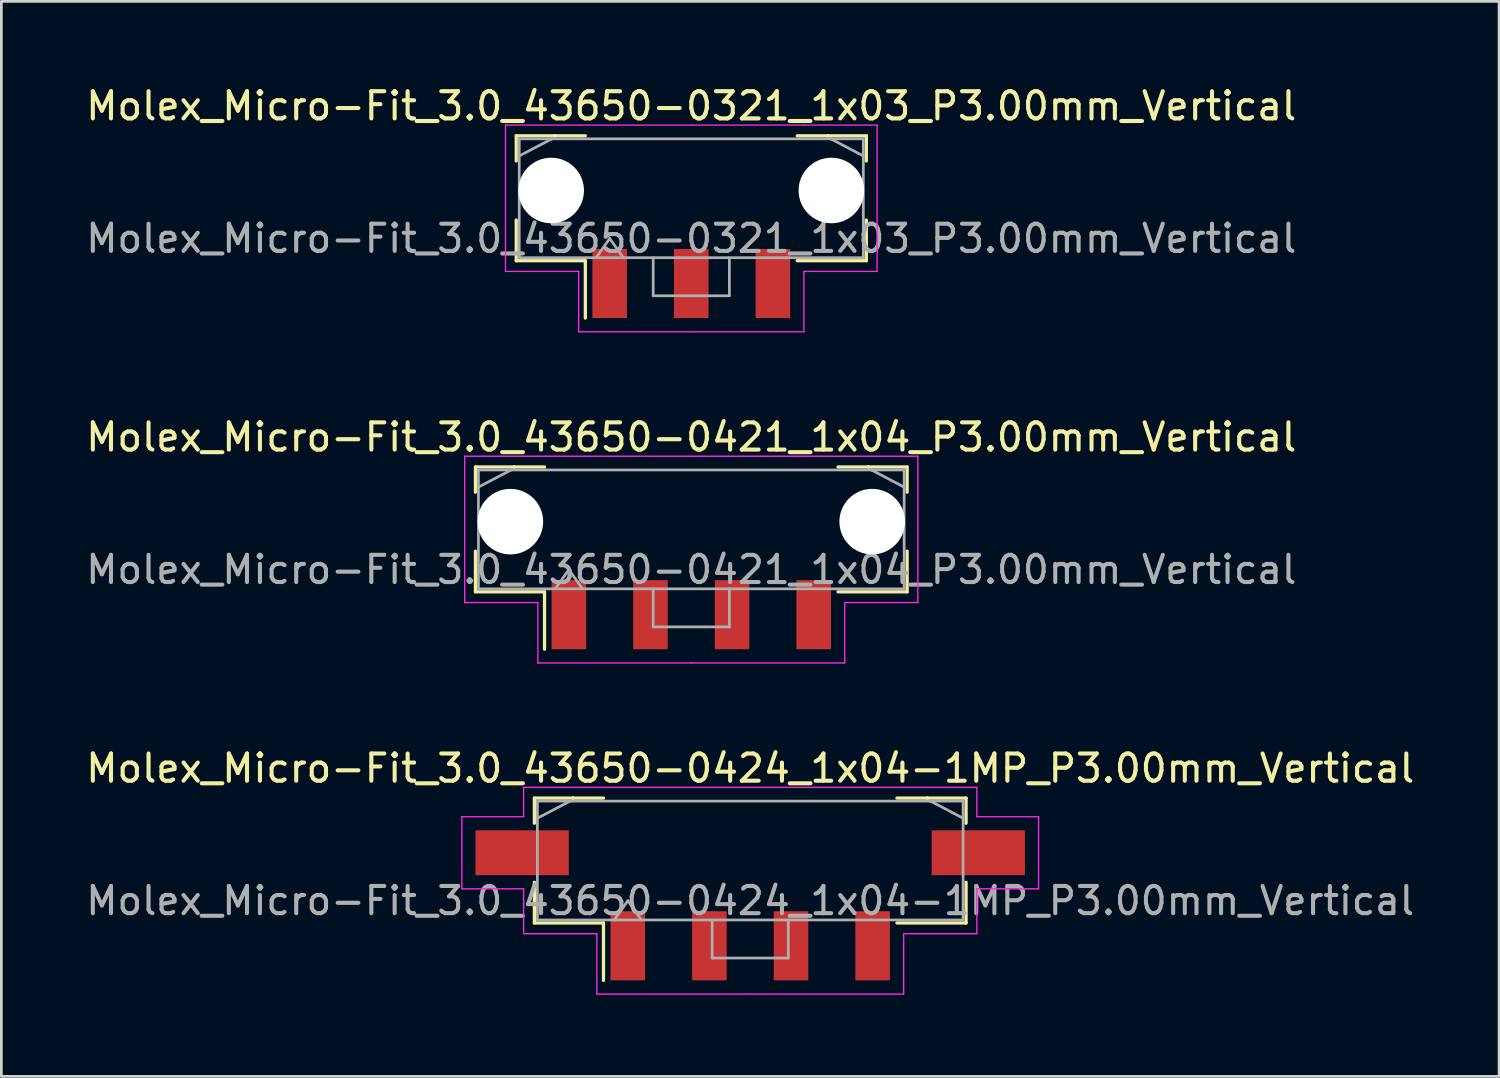
<source format=kicad_pcb>
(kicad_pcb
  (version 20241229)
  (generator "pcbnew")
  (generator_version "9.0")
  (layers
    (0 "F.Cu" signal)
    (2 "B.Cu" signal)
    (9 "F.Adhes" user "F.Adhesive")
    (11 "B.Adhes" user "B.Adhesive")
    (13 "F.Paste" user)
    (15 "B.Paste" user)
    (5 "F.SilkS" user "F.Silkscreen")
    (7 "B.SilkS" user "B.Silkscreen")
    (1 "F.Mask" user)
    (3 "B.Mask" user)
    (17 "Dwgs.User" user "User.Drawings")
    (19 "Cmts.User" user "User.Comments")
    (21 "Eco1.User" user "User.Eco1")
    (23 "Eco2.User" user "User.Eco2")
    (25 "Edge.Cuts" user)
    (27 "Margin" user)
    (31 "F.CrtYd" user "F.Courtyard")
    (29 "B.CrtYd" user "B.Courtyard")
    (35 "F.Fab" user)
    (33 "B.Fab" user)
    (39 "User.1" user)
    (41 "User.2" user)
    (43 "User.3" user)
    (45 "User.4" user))
  (footprint "Molex_Micro-Fit_3.0_43650-0424_1x04-1MP_P3.00mm_Vertical"
    (layer "F.Cu")
    (at 24.53 28.585)
    (property "Reference" "Molex_Micro-Fit_3.0_43650-0424_1x04-1MP_P3.00mm_Vertical" (at 0 -3.39 0) (layer "F.SilkS") (effects (font (size 1 1) (thickness 0.15))))
    (attr smd)
    (fp_line (start -7.935 -2.295) (end -6.515 -2.295) (stroke (width 0.12) (type solid)) (layer "F.SilkS"))
    (fp_line (start -7.935 -1.37) (end -7.935 -2.295) (stroke (width 0.12) (type solid)) (layer "F.SilkS"))
    (fp_line (start -7.935 0.8) (end -7.935 2.295) (stroke (width 0.12) (type solid)) (layer "F.SilkS"))
    (fp_line (start -7.935 2.295) (end -5.395 2.295) (stroke (width 0.12) (type solid)) (layer "F.SilkS"))
    (fp_line (start -6.515 -2.295) (end -6.515 -2.295) (stroke (width 0.12) (type solid)) (layer "F.SilkS"))
    (fp_line (start -6.515 -2.295) (end -5.395 -2.295) (stroke (width 0.12) (type solid)) (layer "F.SilkS"))
    (fp_line (start -5.395 2.295) (end -5.395 4.405) (stroke (width 0.12) (type solid)) (layer "F.SilkS"))
    (fp_line (start 6.515 -2.295) (end 5.395 -2.295) (stroke (width 0.12) (type solid)) (layer "F.SilkS"))
    (fp_line (start 6.515 -2.295) (end 6.515 -2.295) (stroke (width 0.12) (type solid)) (layer "F.SilkS"))
    (fp_line (start 7.935 -2.295) (end 6.515 -2.295) (stroke (width 0.12) (type solid)) (layer "F.SilkS"))
    (fp_line (start 7.935 -1.37) (end 7.935 -2.295) (stroke (width 0.12) (type solid)) (layer "F.SilkS"))
    (fp_line (start 7.935 0.8) (end 7.935 2.295) (stroke (width 0.12) (type solid)) (layer "F.SilkS"))
    (fp_line (start 7.935 2.295) (end 5.395 2.295) (stroke (width 0.12) (type solid)) (layer "F.SilkS"))
    (fp_line (start -10.6 -1.61) (end -10.6 1.04) (stroke (width 0.05) (type solid)) (layer "F.CrtYd"))
    (fp_line (start -10.6 1.04) (end -8.33 1.04) (stroke (width 0.05) (type solid)) (layer "F.CrtYd"))
    (fp_line (start -8.33 -2.69) (end -8.33 -1.61) (stroke (width 0.05) (type solid)) (layer "F.CrtYd"))
    (fp_line (start -8.33 -1.61) (end -10.6 -1.61) (stroke (width 0.05) (type solid)) (layer "F.CrtYd"))
    (fp_line (start -8.33 1.04) (end -8.33 2.69) (stroke (width 0.05) (type solid)) (layer "F.CrtYd"))
    (fp_line (start -8.33 2.69) (end -5.64 2.69) (stroke (width 0.05) (type solid)) (layer "F.CrtYd"))
    (fp_line (start -5.64 -2.69) (end -8.33 -2.69) (stroke (width 0.05) (type solid)) (layer "F.CrtYd"))
    (fp_line (start -5.64 2.69) (end -5.64 4.91) (stroke (width 0.05) (type solid)) (layer "F.CrtYd"))
    (fp_line (start -5.64 4.91) (end 0 4.91) (stroke (width 0.05) (type solid)) (layer "F.CrtYd"))
    (fp_line (start 0 -2.69) (end -5.64 -2.69) (stroke (width 0.05) (type solid)) (layer "F.CrtYd"))
    (fp_line (start 0 -2.69) (end 5.64 -2.69) (stroke (width 0.05) (type solid)) (layer "F.CrtYd"))
    (fp_line (start 5.64 -2.69) (end 8.33 -2.69) (stroke (width 0.05) (type solid)) (layer "F.CrtYd"))
    (fp_line (start 5.64 2.69) (end 5.64 4.91) (stroke (width 0.05) (type solid)) (layer "F.CrtYd"))
    (fp_line (start 5.64 4.91) (end 0 4.91) (stroke (width 0.05) (type solid)) (layer "F.CrtYd"))
    (fp_line (start 8.33 -2.69) (end 8.33 -1.61) (stroke (width 0.05) (type solid)) (layer "F.CrtYd"))
    (fp_line (start 8.33 -1.61) (end 10.6 -1.61) (stroke (width 0.05) (type solid)) (layer "F.CrtYd"))
    (fp_line (start 8.33 1.04) (end 8.33 2.69) (stroke (width 0.05) (type solid)) (layer "F.CrtYd"))
    (fp_line (start 8.33 2.69) (end 5.64 2.69) (stroke (width 0.05) (type solid)) (layer "F.CrtYd"))
    (fp_line (start 10.6 -1.61) (end 10.6 1.04) (stroke (width 0.05) (type solid)) (layer "F.CrtYd"))
    (fp_line (start 10.6 1.04) (end 8.33 1.04) (stroke (width 0.05) (type solid)) (layer "F.CrtYd"))
    (fp_line (start -7.825 -2.185) (end -7.825 2.185) (stroke (width 0.1) (type solid)) (layer "F.Fab"))
    (fp_line (start -7.825 -1.555) (end -6.625 -2.185) (stroke (width 0.1) (type solid)) (layer "F.Fab"))
    (fp_line (start -7.825 2.185) (end 7.825 2.185) (stroke (width 0.1) (type solid)) (layer "F.Fab"))
    (fp_line (start -6.625 -2.185) (end -7.825 -2.185) (stroke (width 0.1) (type solid)) (layer "F.Fab"))
    (fp_line (start -6.625 -2.185) (end -6.625 -2.185) (stroke (width 0.1) (type solid)) (layer "F.Fab"))
    (fp_line (start -5 2.185) (end -4.5 1.478) (stroke (width 0.1) (type solid)) (layer "F.Fab"))
    (fp_line (start -4.5 1.478) (end -4 2.185) (stroke (width 0.1) (type solid)) (layer "F.Fab"))
    (fp_line (start -1.4 2.185) (end -1.4 3.585) (stroke (width 0.1) (type solid)) (layer "F.Fab"))
    (fp_line (start -1.4 3.585) (end 1.4 3.585) (stroke (width 0.1) (type solid)) (layer "F.Fab"))
    (fp_line (start 1.4 3.585) (end 1.4 2.185) (stroke (width 0.1) (type solid)) (layer "F.Fab"))
    (fp_line (start 6.625 -2.185) (end -6.625 -2.185) (stroke (width 0.1) (type solid)) (layer "F.Fab"))
    (fp_line (start 6.625 -2.185) (end 6.625 -2.185) (stroke (width 0.1) (type solid)) (layer "F.Fab"))
    (fp_line (start 7.825 -2.185) (end 6.625 -2.185) (stroke (width 0.1) (type solid)) (layer "F.Fab"))
    (fp_line (start 7.825 -1.555) (end 6.625 -2.185) (stroke (width 0.1) (type solid)) (layer "F.Fab"))
    (fp_line (start 7.825 2.185) (end 7.825 -2.185) (stroke (width 0.1) (type solid)) (layer "F.Fab"))
    (fp_text user "${REFERENCE}" (at 0 1.48 0) (layer "F.Fab") (effects (font (size 1 1) (thickness 0.15))))
    (pad "1" smd rect (at -4.5 3.135) (size 1.27 2.54) (layers "F.Cu" "F.Mask" "F.Paste"))
    (pad "2" smd rect (at -1.5 3.135) (size 1.27 2.54) (layers "F.Cu" "F.Mask" "F.Paste"))
    (pad "3" smd rect (at 1.5 3.135) (size 1.27 2.54) (layers "F.Cu" "F.Mask" "F.Paste"))
    (pad "4" smd rect (at 4.5 3.135) (size 1.27 2.54) (layers "F.Cu" "F.Mask" "F.Paste"))
    (pad "MP" smd rect (at -8.385 -0.285) (size 3.43 1.65) (layers "F.Cu" "F.Mask" "F.Paste"))
    (pad "MP" smd rect (at 8.385 -0.285) (size 3.43 1.65) (layers "F.Cu" "F.Mask" "F.Paste")))
  (footprint "Molex_Micro-Fit_3.0_43650-0321_1x03_P3.00mm_Vertical"
    (layer "F.Cu")
    (at 22.363 4.238)
    (property "Reference" "Molex_Micro-Fit_3.0_43650-0321_1x03_P3.00mm_Vertical" (at 0 -3.39 0) (layer "F.SilkS") (effects (font (size 1 1) (thickness 0.15))))
    (attr smd)
    (fp_line (start -6.435 -2.295) (end -5.015 -2.295) (stroke (width 0.12) (type solid)) (layer "F.SilkS"))
    (fp_line (start -6.435 -1.37) (end -6.435 -2.295) (stroke (width 0.12) (type solid)) (layer "F.SilkS"))
    (fp_line (start -6.435 0.8) (end -6.435 2.295) (stroke (width 0.12) (type solid)) (layer "F.SilkS"))
    (fp_line (start -6.435 2.295) (end -3.895 2.295) (stroke (width 0.12) (type solid)) (layer "F.SilkS"))
    (fp_line (start -5.015 -2.295) (end -5.015 -2.295) (stroke (width 0.12) (type solid)) (layer "F.SilkS"))
    (fp_line (start -5.015 -2.295) (end -3.895 -2.295) (stroke (width 0.12) (type solid)) (layer "F.SilkS"))
    (fp_line (start -3.895 2.295) (end -3.895 4.405) (stroke (width 0.12) (type solid)) (layer "F.SilkS"))
    (fp_line (start 5.015 -2.295) (end 3.895 -2.295) (stroke (width 0.12) (type solid)) (layer "F.SilkS"))
    (fp_line (start 5.015 -2.295) (end 5.015 -2.295) (stroke (width 0.12) (type solid)) (layer "F.SilkS"))
    (fp_line (start 6.435 -2.295) (end 5.015 -2.295) (stroke (width 0.12) (type solid)) (layer "F.SilkS"))
    (fp_line (start 6.435 -1.37) (end 6.435 -2.295) (stroke (width 0.12) (type solid)) (layer "F.SilkS"))
    (fp_line (start 6.435 0.8) (end 6.435 2.295) (stroke (width 0.12) (type solid)) (layer "F.SilkS"))
    (fp_line (start 6.435 2.295) (end 3.895 2.295) (stroke (width 0.12) (type solid)) (layer "F.SilkS"))
    (fp_line (start -6.83 -2.69) (end -6.83 2.69) (stroke (width 0.05) (type solid)) (layer "F.CrtYd"))
    (fp_line (start -6.83 2.69) (end -4.14 2.69) (stroke (width 0.05) (type solid)) (layer "F.CrtYd"))
    (fp_line (start -4.14 -2.69) (end -6.83 -2.69) (stroke (width 0.05) (type solid)) (layer "F.CrtYd"))
    (fp_line (start -4.14 2.69) (end -4.14 4.91) (stroke (width 0.05) (type solid)) (layer "F.CrtYd"))
    (fp_line (start -4.14 4.91) (end 0 4.91) (stroke (width 0.05) (type solid)) (layer "F.CrtYd"))
    (fp_line (start 0 -2.69) (end -4.14 -2.69) (stroke (width 0.05) (type solid)) (layer "F.CrtYd"))
    (fp_line (start 0 -2.69) (end 4.14 -2.69) (stroke (width 0.05) (type solid)) (layer "F.CrtYd"))
    (fp_line (start 4.14 -2.69) (end 6.83 -2.69) (stroke (width 0.05) (type solid)) (layer "F.CrtYd"))
    (fp_line (start 4.14 2.69) (end 4.14 4.91) (stroke (width 0.05) (type solid)) (layer "F.CrtYd"))
    (fp_line (start 4.14 4.91) (end 0 4.91) (stroke (width 0.05) (type solid)) (layer "F.CrtYd"))
    (fp_line (start 6.83 -2.69) (end 6.83 2.69) (stroke (width 0.05) (type solid)) (layer "F.CrtYd"))
    (fp_line (start 6.83 2.69) (end 4.14 2.69) (stroke (width 0.05) (type solid)) (layer "F.CrtYd"))
    (fp_line (start -6.325 -2.185) (end -6.325 2.185) (stroke (width 0.1) (type solid)) (layer "F.Fab"))
    (fp_line (start -6.325 -1.555) (end -5.125 -2.185) (stroke (width 0.1) (type solid)) (layer "F.Fab"))
    (fp_line (start -6.325 2.185) (end 6.325 2.185) (stroke (width 0.1) (type solid)) (layer "F.Fab"))
    (fp_line (start -5.125 -2.185) (end -6.325 -2.185) (stroke (width 0.1) (type solid)) (layer "F.Fab"))
    (fp_line (start -5.125 -2.185) (end -5.125 -2.185) (stroke (width 0.1) (type solid)) (layer "F.Fab"))
    (fp_line (start -3.5 2.185) (end -3 1.478) (stroke (width 0.1) (type solid)) (layer "F.Fab"))
    (fp_line (start -3 1.478) (end -2.5 2.185) (stroke (width 0.1) (type solid)) (layer "F.Fab"))
    (fp_line (start -1.4 2.185) (end -1.4 3.585) (stroke (width 0.1) (type solid)) (layer "F.Fab"))
    (fp_line (start -1.4 3.585) (end 1.4 3.585) (stroke (width 0.1) (type solid)) (layer "F.Fab"))
    (fp_line (start 1.4 3.585) (end 1.4 2.185) (stroke (width 0.1) (type solid)) (layer "F.Fab"))
    (fp_line (start 5.125 -2.185) (end -5.125 -2.185) (stroke (width 0.1) (type solid)) (layer "F.Fab"))
    (fp_line (start 5.125 -2.185) (end 5.125 -2.185) (stroke (width 0.1) (type solid)) (layer "F.Fab"))
    (fp_line (start 6.325 -2.185) (end 5.125 -2.185) (stroke (width 0.1) (type solid)) (layer "F.Fab"))
    (fp_line (start 6.325 -1.555) (end 5.125 -2.185) (stroke (width 0.1) (type solid)) (layer "F.Fab"))
    (fp_line (start 6.325 2.185) (end 6.325 -2.185) (stroke (width 0.1) (type solid)) (layer "F.Fab"))
    (fp_text user "${REFERENCE}" (at 0 1.48 0) (layer "F.Fab") (effects (font (size 1 1) (thickness 0.15))))
    (pad "" np_thru_hole circle (at -5.15 -0.285) (size 2.41 2.41) (drill 2.41) (layers "*.Cu" "*.Mask"))
    (pad "" np_thru_hole circle (at 5.15 -0.285) (size 2.41 2.41) (drill 2.41) (layers "*.Cu" "*.Mask"))
    (pad "1" smd rect (at -3 3.135) (size 1.27 2.54) (layers "F.Cu" "F.Mask" "F.Paste"))
    (pad "2" smd rect (at 0 3.135) (size 1.27 2.54) (layers "F.Cu" "F.Mask" "F.Paste"))
    (pad "3" smd rect (at 3 3.135) (size 1.27 2.54) (layers "F.Cu" "F.Mask" "F.Paste")))
  (footprint "Molex_Micro-Fit_3.0_43650-0421_1x04_P3.00mm_Vertical"
    (layer "F.Cu")
    (at 22.363 16.412)
    (property "Reference" "Molex_Micro-Fit_3.0_43650-0421_1x04_P3.00mm_Vertical" (at 0 -3.39 0) (layer "F.SilkS") (effects (font (size 1 1) (thickness 0.15))))
    (attr smd)
    (fp_line (start -7.935 -2.295) (end -6.515 -2.295) (stroke (width 0.12) (type solid)) (layer "F.SilkS"))
    (fp_line (start -7.935 -1.37) (end -7.935 -2.295) (stroke (width 0.12) (type solid)) (layer "F.SilkS"))
    (fp_line (start -7.935 0.8) (end -7.935 2.295) (stroke (width 0.12) (type solid)) (layer "F.SilkS"))
    (fp_line (start -7.935 2.295) (end -5.395 2.295) (stroke (width 0.12) (type solid)) (layer "F.SilkS"))
    (fp_line (start -6.515 -2.295) (end -6.515 -2.295) (stroke (width 0.12) (type solid)) (layer "F.SilkS"))
    (fp_line (start -6.515 -2.295) (end -5.395 -2.295) (stroke (width 0.12) (type solid)) (layer "F.SilkS"))
    (fp_line (start -5.395 2.295) (end -5.395 4.405) (stroke (width 0.12) (type solid)) (layer "F.SilkS"))
    (fp_line (start 6.515 -2.295) (end 5.395 -2.295) (stroke (width 0.12) (type solid)) (layer "F.SilkS"))
    (fp_line (start 6.515 -2.295) (end 6.515 -2.295) (stroke (width 0.12) (type solid)) (layer "F.SilkS"))
    (fp_line (start 7.935 -2.295) (end 6.515 -2.295) (stroke (width 0.12) (type solid)) (layer "F.SilkS"))
    (fp_line (start 7.935 -1.37) (end 7.935 -2.295) (stroke (width 0.12) (type solid)) (layer "F.SilkS"))
    (fp_line (start 7.935 0.8) (end 7.935 2.295) (stroke (width 0.12) (type solid)) (layer "F.SilkS"))
    (fp_line (start 7.935 2.295) (end 5.395 2.295) (stroke (width 0.12) (type solid)) (layer "F.SilkS"))
    (fp_line (start -8.33 -2.69) (end -8.33 2.69) (stroke (width 0.05) (type solid)) (layer "F.CrtYd"))
    (fp_line (start -8.33 2.69) (end -5.64 2.69) (stroke (width 0.05) (type solid)) (layer "F.CrtYd"))
    (fp_line (start -5.64 -2.69) (end -8.33 -2.69) (stroke (width 0.05) (type solid)) (layer "F.CrtYd"))
    (fp_line (start -5.64 2.69) (end -5.64 4.91) (stroke (width 0.05) (type solid)) (layer "F.CrtYd"))
    (fp_line (start -5.64 4.91) (end 0 4.91) (stroke (width 0.05) (type solid)) (layer "F.CrtYd"))
    (fp_line (start 0 -2.69) (end -5.64 -2.69) (stroke (width 0.05) (type solid)) (layer "F.CrtYd"))
    (fp_line (start 0 -2.69) (end 5.64 -2.69) (stroke (width 0.05) (type solid)) (layer "F.CrtYd"))
    (fp_line (start 5.64 -2.69) (end 8.33 -2.69) (stroke (width 0.05) (type solid)) (layer "F.CrtYd"))
    (fp_line (start 5.64 2.69) (end 5.64 4.91) (stroke (width 0.05) (type solid)) (layer "F.CrtYd"))
    (fp_line (start 5.64 4.91) (end 0 4.91) (stroke (width 0.05) (type solid)) (layer "F.CrtYd"))
    (fp_line (start 8.33 -2.69) (end 8.33 2.69) (stroke (width 0.05) (type solid)) (layer "F.CrtYd"))
    (fp_line (start 8.33 2.69) (end 5.64 2.69) (stroke (width 0.05) (type solid)) (layer "F.CrtYd"))
    (fp_line (start -7.825 -2.185) (end -7.825 2.185) (stroke (width 0.1) (type solid)) (layer "F.Fab"))
    (fp_line (start -7.825 -1.555) (end -6.625 -2.185) (stroke (width 0.1) (type solid)) (layer "F.Fab"))
    (fp_line (start -7.825 2.185) (end 7.825 2.185) (stroke (width 0.1) (type solid)) (layer "F.Fab"))
    (fp_line (start -6.625 -2.185) (end -7.825 -2.185) (stroke (width 0.1) (type solid)) (layer "F.Fab"))
    (fp_line (start -6.625 -2.185) (end -6.625 -2.185) (stroke (width 0.1) (type solid)) (layer "F.Fab"))
    (fp_line (start -5 2.185) (end -4.5 1.478) (stroke (width 0.1) (type solid)) (layer "F.Fab"))
    (fp_line (start -4.5 1.478) (end -4 2.185) (stroke (width 0.1) (type solid)) (layer "F.Fab"))
    (fp_line (start -1.4 2.185) (end -1.4 3.585) (stroke (width 0.1) (type solid)) (layer "F.Fab"))
    (fp_line (start -1.4 3.585) (end 1.4 3.585) (stroke (width 0.1) (type solid)) (layer "F.Fab"))
    (fp_line (start 1.4 3.585) (end 1.4 2.185) (stroke (width 0.1) (type solid)) (layer "F.Fab"))
    (fp_line (start 6.625 -2.185) (end -6.625 -2.185) (stroke (width 0.1) (type solid)) (layer "F.Fab"))
    (fp_line (start 6.625 -2.185) (end 6.625 -2.185) (stroke (width 0.1) (type solid)) (layer "F.Fab"))
    (fp_line (start 7.825 -2.185) (end 6.625 -2.185) (stroke (width 0.1) (type solid)) (layer "F.Fab"))
    (fp_line (start 7.825 -1.555) (end 6.625 -2.185) (stroke (width 0.1) (type solid)) (layer "F.Fab"))
    (fp_line (start 7.825 2.185) (end 7.825 -2.185) (stroke (width 0.1) (type solid)) (layer "F.Fab"))
    (fp_text user "${REFERENCE}" (at 0 1.48 0) (layer "F.Fab") (effects (font (size 1 1) (thickness 0.15))))
    (pad "" np_thru_hole circle (at -6.65 -0.285) (size 2.41 2.41) (drill 2.41) (layers "*.Cu" "*.Mask"))
    (pad "" np_thru_hole circle (at 6.65 -0.285) (size 2.41 2.41) (drill 2.41) (layers "*.Cu" "*.Mask"))
    (pad "1" smd rect (at -4.5 3.135) (size 1.27 2.54) (layers "F.Cu" "F.Mask" "F.Paste"))
    (pad "2" smd rect (at -1.5 3.135) (size 1.27 2.54) (layers "F.Cu" "F.Mask" "F.Paste"))
    (pad "3" smd rect (at 1.5 3.135) (size 1.27 2.54) (layers "F.Cu" "F.Mask" "F.Paste"))
    (pad "4" smd rect (at 4.5 3.135) (size 1.27 2.54) (layers "F.Cu" "F.Mask" "F.Paste")))
  (gr_rect
    (start -3 -3)
    (end 52.06 36.52)
    (stroke (width 0.1) (type default))
    (fill no)
    (layer "Edge.Cuts")))
</source>
